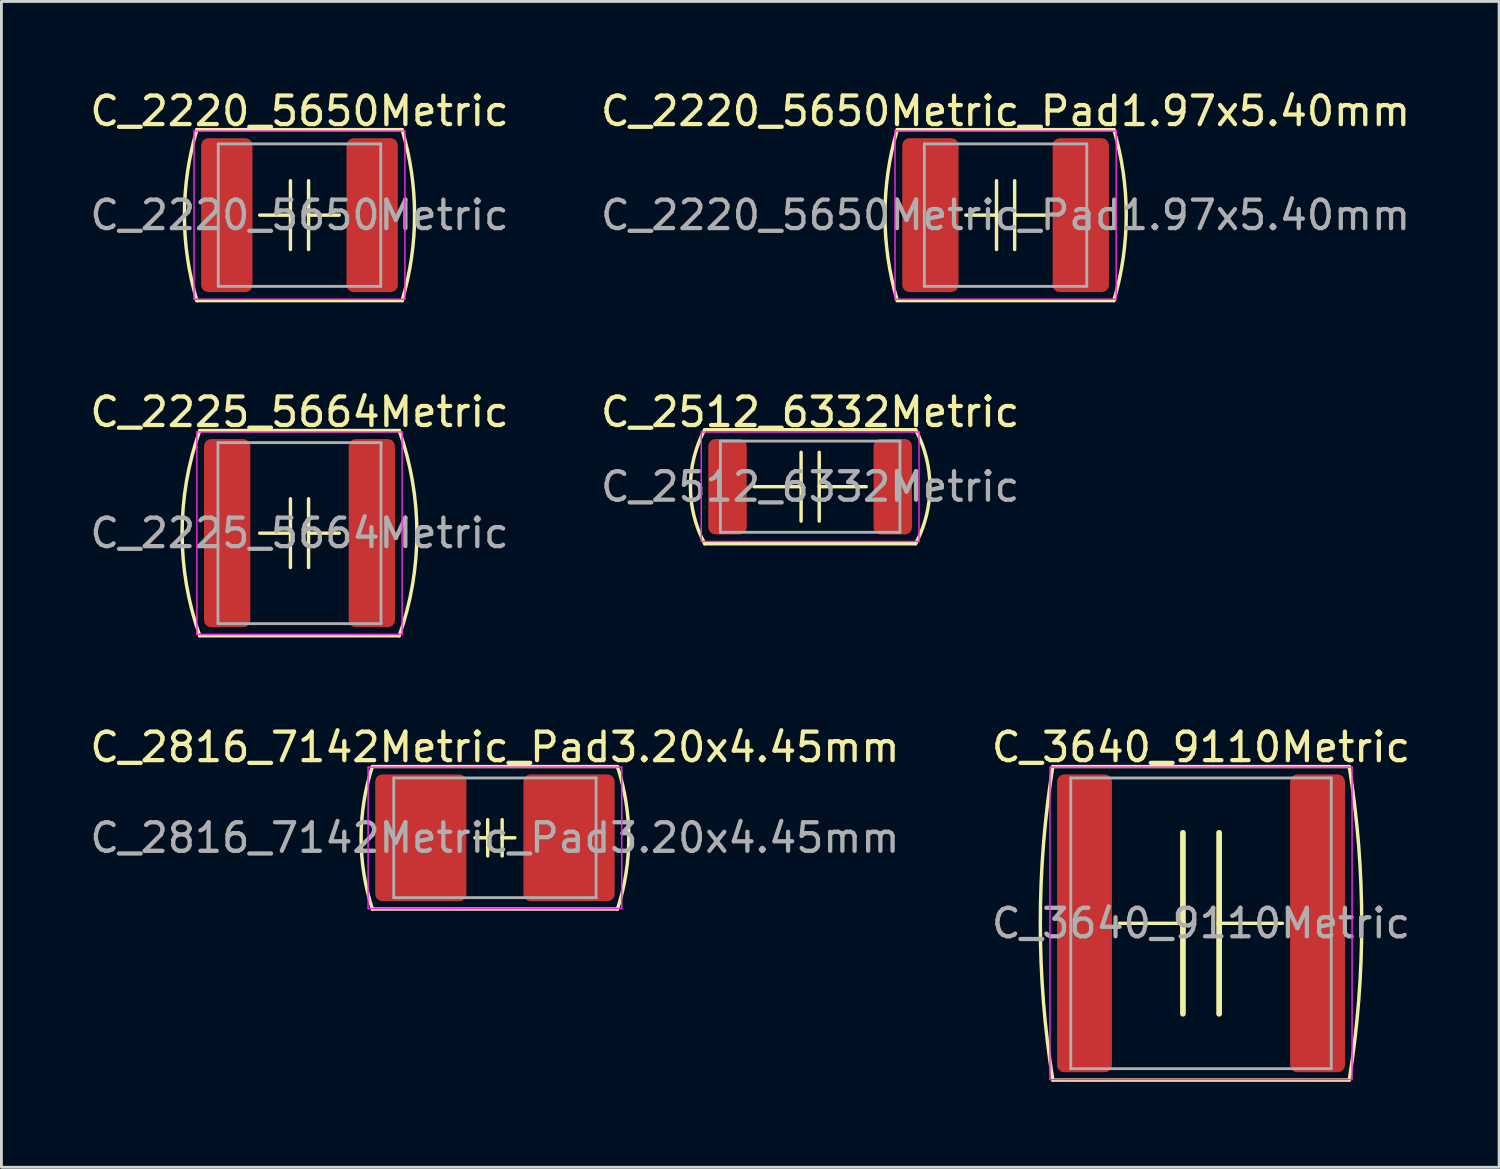
<source format=kicad_pcb>
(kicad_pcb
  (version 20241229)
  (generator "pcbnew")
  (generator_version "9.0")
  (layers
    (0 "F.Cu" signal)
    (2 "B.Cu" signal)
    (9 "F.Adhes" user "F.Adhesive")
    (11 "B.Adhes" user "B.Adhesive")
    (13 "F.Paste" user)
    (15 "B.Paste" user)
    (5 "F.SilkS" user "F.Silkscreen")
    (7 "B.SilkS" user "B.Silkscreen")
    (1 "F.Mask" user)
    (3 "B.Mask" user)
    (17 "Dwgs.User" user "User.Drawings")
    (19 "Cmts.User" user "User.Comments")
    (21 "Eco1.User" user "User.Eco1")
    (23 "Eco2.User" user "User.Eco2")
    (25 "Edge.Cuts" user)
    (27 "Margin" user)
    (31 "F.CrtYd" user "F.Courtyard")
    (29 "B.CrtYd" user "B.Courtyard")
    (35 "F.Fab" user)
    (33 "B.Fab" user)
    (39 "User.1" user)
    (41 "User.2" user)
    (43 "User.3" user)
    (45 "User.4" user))
  (footprint "C_3640_9110Metric"
    (layer "F.Cu")
    (at 39.089 29.345)
    (property "Reference" "C_3640_9110Metric" (at 0 -6.18 0) (layer "F.SilkS") (effects (font (size 1 1) (thickness 0.15))))
    (attr smd)
    (fp_line (start -5.2 5.5) (end 5.2 5.5) (stroke (width 0.12) (type solid)) (layer "F.SilkS"))
    (fp_line (start -0.635 -3.175) (end -0.635 0) (stroke (width 0.2) (type solid)) (layer "F.SilkS"))
    (fp_line (start -0.635 0) (end -2.857 0) (stroke (width 0.12) (type solid)) (layer "F.SilkS"))
    (fp_line (start -0.635 3.175) (end -0.635 0) (stroke (width 0.2) (type solid)) (layer "F.SilkS"))
    (fp_line (start 0.635 -3.175) (end 0.635 0) (stroke (width 0.2) (type solid)) (layer "F.SilkS"))
    (fp_line (start 0.635 0) (end 2.857 0) (stroke (width 0.12) (type solid)) (layer "F.SilkS"))
    (fp_line (start 0.635 3.175) (end 0.635 0) (stroke (width 0.2) (type solid)) (layer "F.SilkS"))
    (fp_line (start 5.2 -5.5) (end -5.2 -5.5) (stroke (width 0.12) (type solid)) (layer "F.SilkS"))
    (fp_arc (start -5.2 5.5) (mid -5.638376 0) (end -5.2 -5.5) (stroke (width 0.12) (type solid)) (layer "F.SilkS"))
    (fp_arc (start 5.2 -5.5) (mid 5.638376 0) (end 5.2 5.5) (stroke (width 0.12) (type solid)) (layer "F.SilkS"))
    (fp_line (start -5.3 -5.48) (end 5.3 -5.48) (stroke (width 0.05) (type solid)) (layer "F.CrtYd"))
    (fp_line (start -5.3 5.48) (end -5.3 -5.48) (stroke (width 0.05) (type solid)) (layer "F.CrtYd"))
    (fp_line (start 5.3 -5.48) (end 5.3 5.48) (stroke (width 0.05) (type solid)) (layer "F.CrtYd"))
    (fp_line (start 5.3 5.48) (end -5.3 5.48) (stroke (width 0.05) (type solid)) (layer "F.CrtYd"))
    (fp_line (start -4.57 -5.1) (end 4.57 -5.1) (stroke (width 0.1) (type solid)) (layer "F.Fab"))
    (fp_line (start -4.57 5.1) (end -4.57 -5.1) (stroke (width 0.1) (type solid)) (layer "F.Fab"))
    (fp_line (start 4.57 -5.1) (end 4.57 5.1) (stroke (width 0.1) (type solid)) (layer "F.Fab"))
    (fp_line (start 4.57 5.1) (end -4.57 5.1) (stroke (width 0.1) (type solid)) (layer "F.Fab"))
    (fp_text user "${REFERENCE}" (at 0 0 0) (layer "F.Fab") (effects (font (size 1 1) (thickness 0.15))))
    (pad "1" smd roundrect (at -4.088 0) (size 1.925 10.45) (layers "F.Cu" "F.Mask" "F.Paste") (roundrect_rratio 0.13))
    (pad "2" smd roundrect (at 4.088 0) (size 1.925 10.45) (layers "F.Cu" "F.Mask" "F.Paste") (roundrect_rratio 0.13)))
  (footprint "C_2512_6332Metric"
    (layer "F.Cu")
    (at 25.375 14.027)
    (property "Reference" "C_2512_6332Metric" (at 0 -2.62 0) (layer "F.SilkS") (effects (font (size 1 1) (thickness 0.15))))
    (attr smd)
    (fp_line (start -3.7 2) (end 3.7 2) (stroke (width 0.12) (type solid)) (layer "F.SilkS"))
    (fp_line (start -0.318 -1.206) (end -0.318 1.206) (stroke (width 0.12) (type solid)) (layer "F.SilkS"))
    (fp_line (start -0.318 0) (end -1.968 0) (stroke (width 0.12) (type solid)) (layer "F.SilkS"))
    (fp_line (start 0.318 -1.206) (end 0.318 1.206) (stroke (width 0.12) (type solid)) (layer "F.SilkS"))
    (fp_line (start 0.318 0) (end 1.968 0) (stroke (width 0.12) (type solid)) (layer "F.SilkS"))
    (fp_line (start 3.7 -2) (end -3.7 -2) (stroke (width 0.12) (type solid)) (layer "F.SilkS"))
    (fp_arc (start -3.7 2) (mid -4.200724 0) (end -3.7 -2) (stroke (width 0.12) (type solid)) (layer "F.SilkS"))
    (fp_arc (start 3.7 -2) (mid 4.200724 0) (end 3.7 2) (stroke (width 0.12) (type solid)) (layer "F.SilkS"))
    (fp_line (start -3.82 -1.92) (end 3.82 -1.92) (stroke (width 0.05) (type solid)) (layer "F.CrtYd"))
    (fp_line (start -3.82 1.92) (end -3.82 -1.92) (stroke (width 0.05) (type solid)) (layer "F.CrtYd"))
    (fp_line (start 3.82 -1.92) (end 3.82 1.92) (stroke (width 0.05) (type solid)) (layer "F.CrtYd"))
    (fp_line (start 3.82 1.92) (end -3.82 1.92) (stroke (width 0.05) (type solid)) (layer "F.CrtYd"))
    (fp_line (start -3.15 -1.6) (end 3.15 -1.6) (stroke (width 0.1) (type solid)) (layer "F.Fab"))
    (fp_line (start -3.15 1.6) (end -3.15 -1.6) (stroke (width 0.1) (type solid)) (layer "F.Fab"))
    (fp_line (start 3.15 -1.6) (end 3.15 1.6) (stroke (width 0.1) (type solid)) (layer "F.Fab"))
    (fp_line (start 3.15 1.6) (end -3.15 1.6) (stroke (width 0.1) (type solid)) (layer "F.Fab"))
    (fp_text user "${REFERENCE}" (at 0 0 0) (layer "F.Fab") (effects (font (size 1 1) (thickness 0.15))))
    (pad "1" smd roundrect (at -2.9 0) (size 1.35 3.35) (layers "F.Cu" "F.Mask" "F.Paste") (roundrect_rratio 0.185))
    (pad "2" smd roundrect (at 2.9 0) (size 1.35 3.35) (layers "F.Cu" "F.Mask" "F.Paste") (roundrect_rratio 0.185)))
  (footprint "C_2816_7142Metric_Pad3.20x4.45mm"
    (layer "F.Cu")
    (at 14.315 26.345)
    (property "Reference" "C_2816_7142Metric_Pad3.20x4.45mm" (at 0 -3.18 0) (layer "F.SilkS") (effects (font (size 1 1) (thickness 0.15))))
    (attr smd)
    (fp_line (start -4.3 2.5) (end 4.3 2.5) (stroke (width 0.12) (type solid)) (layer "F.SilkS"))
    (fp_line (start -0.699 0) (end -0.254 0) (stroke (width 0.12) (type solid)) (layer "F.SilkS"))
    (fp_line (start -0.254 -0.635) (end -0.254 0) (stroke (width 0.12) (type solid)) (layer "F.SilkS"))
    (fp_line (start -0.254 0) (end -0.254 0.635) (stroke (width 0.12) (type solid)) (layer "F.SilkS"))
    (fp_line (start 0.254 -0.635) (end 0.254 0) (stroke (width 0.12) (type solid)) (layer "F.SilkS"))
    (fp_line (start 0.254 0) (end 0.254 0.635) (stroke (width 0.12) (type solid)) (layer "F.SilkS"))
    (fp_line (start 0.254 0) (end 0.699 0) (stroke (width 0.12) (type solid)) (layer "F.SilkS"))
    (fp_line (start 4.3 -2.5) (end -4.3 -2.5) (stroke (width 0.12) (type solid)) (layer "F.SilkS"))
    (fp_arc (start -4.3 2.5) (mid -4.696116 0) (end -4.3 -2.5) (stroke (width 0.12) (type solid)) (layer "F.SilkS"))
    (fp_arc (start 4.3 -2.5) (mid 4.696116 0) (end 4.3 2.5) (stroke (width 0.12) (type solid)) (layer "F.SilkS"))
    (fp_line (start -4.45 -2.48) (end 4.45 -2.48) (stroke (width 0.05) (type solid)) (layer "F.CrtYd"))
    (fp_line (start -4.45 2.48) (end -4.45 -2.48) (stroke (width 0.05) (type solid)) (layer "F.CrtYd"))
    (fp_line (start 4.45 -2.48) (end 4.45 2.48) (stroke (width 0.05) (type solid)) (layer "F.CrtYd"))
    (fp_line (start 4.45 2.48) (end -4.45 2.48) (stroke (width 0.05) (type solid)) (layer "F.CrtYd"))
    (fp_line (start -3.55 -2.1) (end 3.55 -2.1) (stroke (width 0.1) (type solid)) (layer "F.Fab"))
    (fp_line (start -3.55 2.1) (end -3.55 -2.1) (stroke (width 0.1) (type solid)) (layer "F.Fab"))
    (fp_line (start 3.55 -2.1) (end 3.55 2.1) (stroke (width 0.1) (type solid)) (layer "F.Fab"))
    (fp_line (start 3.55 2.1) (end -3.55 2.1) (stroke (width 0.1) (type solid)) (layer "F.Fab"))
    (fp_text user "${REFERENCE}" (at 0 0 0) (layer "F.Fab") (effects (font (size 1 1) (thickness 0.15))))
    (pad "1" smd roundrect (at -2.6 0) (size 3.2 4.45) (layers "F.Cu" "F.Mask" "F.Paste") (roundrect_rratio 0.078))
    (pad "2" smd roundrect (at 2.6 0) (size 3.2 4.45) (layers "F.Cu" "F.Mask" "F.Paste") (roundrect_rratio 0.078)))
  (footprint "C_2220_5650Metric"
    (layer "F.Cu")
    (at 7.458 4.498)
    (property "Reference" "C_2220_5650Metric" (at 0 -3.65 0) (layer "F.SilkS") (effects (font (size 1 1) (thickness 0.15))))
    (attr smd)
    (fp_line (start -3.6 3) (end 3.6 3) (stroke (width 0.12) (type solid)) (layer "F.SilkS"))
    (fp_line (start -0.318 -1.206) (end -0.318 1.206) (stroke (width 0.12) (type solid)) (layer "F.SilkS"))
    (fp_line (start -0.318 0) (end -1.397 0) (stroke (width 0.12) (type solid)) (layer "F.SilkS"))
    (fp_line (start 0.318 -1.206) (end 0.318 1.206) (stroke (width 0.12) (type solid)) (layer "F.SilkS"))
    (fp_line (start 0.318 0) (end 1.397 0) (stroke (width 0.12) (type solid)) (layer "F.SilkS"))
    (fp_line (start 3.6 -3) (end -3.6 -3) (stroke (width 0.12) (type solid)) (layer "F.SilkS"))
    (fp_arc (start -3.6 3) (mid -4.037913 0) (end -3.6 -3) (stroke (width 0.12) (type solid)) (layer "F.SilkS"))
    (fp_arc (start 3.6 -3) (mid 4.037913 0) (end 3.6 3) (stroke (width 0.12) (type solid)) (layer "F.SilkS"))
    (fp_line (start -3.7 -2.95) (end 3.7 -2.95) (stroke (width 0.05) (type solid)) (layer "F.CrtYd"))
    (fp_line (start -3.7 2.95) (end -3.7 -2.95) (stroke (width 0.05) (type solid)) (layer "F.CrtYd"))
    (fp_line (start 3.7 -2.95) (end 3.7 2.95) (stroke (width 0.05) (type solid)) (layer "F.CrtYd"))
    (fp_line (start 3.7 2.95) (end -3.7 2.95) (stroke (width 0.05) (type solid)) (layer "F.CrtYd"))
    (fp_line (start -2.85 -2.5) (end 2.85 -2.5) (stroke (width 0.1) (type solid)) (layer "F.Fab"))
    (fp_line (start -2.85 2.5) (end -2.85 -2.5) (stroke (width 0.1) (type solid)) (layer "F.Fab"))
    (fp_line (start 2.85 -2.5) (end 2.85 2.5) (stroke (width 0.1) (type solid)) (layer "F.Fab"))
    (fp_line (start 2.85 2.5) (end -2.85 2.5) (stroke (width 0.1) (type solid)) (layer "F.Fab"))
    (fp_text user "${REFERENCE}" (at 0 0 0) (layer "F.Fab") (effects (font (size 1 1) (thickness 0.15))))
    (pad "1" smd roundrect (at -2.55 0) (size 1.8 5.4) (layers "F.Cu" "F.Mask" "F.Paste") (roundrect_rratio 0.139))
    (pad "2" smd roundrect (at 2.55 0) (size 1.8 5.4) (layers "F.Cu" "F.Mask" "F.Paste") (roundrect_rratio 0.139)))
  (footprint "C_2225_5664Metric"
    (layer "F.Cu")
    (at 7.458 15.656)
    (property "Reference" "C_2225_5664Metric" (at 0 -4.25 0) (layer "F.SilkS") (effects (font (size 1 1) (thickness 0.15))))
    (attr smd)
    (fp_line (start -3.5 3.6) (end 3.5 3.6) (stroke (width 0.12) (type solid)) (layer "F.SilkS"))
    (fp_line (start -0.318 -1.206) (end -0.318 1.206) (stroke (width 0.12) (type solid)) (layer "F.SilkS"))
    (fp_line (start -0.318 0) (end -1.397 0) (stroke (width 0.12) (type solid)) (layer "F.SilkS"))
    (fp_line (start 0.318 -1.206) (end 0.318 1.206) (stroke (width 0.12) (type solid)) (layer "F.SilkS"))
    (fp_line (start 0.318 0) (end 1.397 0) (stroke (width 0.12) (type solid)) (layer "F.SilkS"))
    (fp_line (start 3.5 -3.6) (end -3.5 -3.6) (stroke (width 0.12) (type solid)) (layer "F.SilkS"))
    (fp_arc (start -3.5 3.6) (mid -4.118936 0) (end -3.5 -3.6) (stroke (width 0.12) (type solid)) (layer "F.SilkS"))
    (fp_arc (start 3.5 -3.6) (mid 4.118936 0) (end 3.5 3.6) (stroke (width 0.12) (type solid)) (layer "F.SilkS"))
    (fp_line (start -3.6 -3.55) (end 3.6 -3.55) (stroke (width 0.05) (type solid)) (layer "F.CrtYd"))
    (fp_line (start -3.6 3.55) (end -3.6 -3.55) (stroke (width 0.05) (type solid)) (layer "F.CrtYd"))
    (fp_line (start 3.6 -3.55) (end 3.6 3.55) (stroke (width 0.05) (type solid)) (layer "F.CrtYd"))
    (fp_line (start 3.6 3.55) (end -3.6 3.55) (stroke (width 0.05) (type solid)) (layer "F.CrtYd"))
    (fp_line (start -2.86 -3.175) (end 2.86 -3.175) (stroke (width 0.1) (type solid)) (layer "F.Fab"))
    (fp_line (start -2.86 3.175) (end -2.86 -3.175) (stroke (width 0.1) (type solid)) (layer "F.Fab"))
    (fp_line (start 2.86 -3.175) (end 2.86 3.175) (stroke (width 0.1) (type solid)) (layer "F.Fab"))
    (fp_line (start 2.86 3.175) (end -2.86 3.175) (stroke (width 0.1) (type solid)) (layer "F.Fab"))
    (fp_text user "${REFERENCE}" (at 0 0 0) (layer "F.Fab") (effects (font (size 1 1) (thickness 0.15))))
    (pad "1" smd roundrect (at -2.538 0) (size 1.625 6.6) (layers "F.Cu" "F.Mask" "F.Paste") (roundrect_rratio 0.154))
    (pad "2" smd roundrect (at 2.538 0) (size 1.625 6.6) (layers "F.Cu" "F.Mask" "F.Paste") (roundrect_rratio 0.154)))
  (footprint "C_2220_5650Metric_Pad1.97x5.40mm"
    (layer "F.Cu")
    (at 32.232 4.498)
    (property "Reference" "C_2220_5650Metric_Pad1.97x5.40mm" (at 0 -3.65 0) (layer "F.SilkS") (effects (font (size 1 1) (thickness 0.15))))
    (attr smd)
    (fp_line (start -3.8 3) (end 3.8 3) (stroke (width 0.12) (type solid)) (layer "F.SilkS"))
    (fp_line (start -0.318 -1.206) (end -0.318 1.206) (stroke (width 0.12) (type solid)) (layer "F.SilkS"))
    (fp_line (start -0.318 0) (end -1.397 0) (stroke (width 0.12) (type solid)) (layer "F.SilkS"))
    (fp_line (start 0.318 -1.206) (end 0.318 1.206) (stroke (width 0.12) (type solid)) (layer "F.SilkS"))
    (fp_line (start 0.318 0) (end 1.397 0) (stroke (width 0.12) (type solid)) (layer "F.SilkS"))
    (fp_line (start 3.8 -3) (end -3.8 -3) (stroke (width 0.12) (type solid)) (layer "F.SilkS"))
    (fp_arc (start -3.8 3) (mid -4.232998 0) (end -3.8 -3) (stroke (width 0.12) (type solid)) (layer "F.SilkS"))
    (fp_arc (start 3.8 -3) (mid 4.232998 0) (end 3.8 3) (stroke (width 0.12) (type solid)) (layer "F.SilkS"))
    (fp_line (start -3.88 -2.95) (end 3.88 -2.95) (stroke (width 0.05) (type solid)) (layer "F.CrtYd"))
    (fp_line (start -3.88 2.95) (end -3.88 -2.95) (stroke (width 0.05) (type solid)) (layer "F.CrtYd"))
    (fp_line (start 3.88 -2.95) (end 3.88 2.95) (stroke (width 0.05) (type solid)) (layer "F.CrtYd"))
    (fp_line (start 3.88 2.95) (end -3.88 2.95) (stroke (width 0.05) (type solid)) (layer "F.CrtYd"))
    (fp_line (start -2.85 -2.5) (end 2.85 -2.5) (stroke (width 0.1) (type solid)) (layer "F.Fab"))
    (fp_line (start -2.85 2.5) (end -2.85 -2.5) (stroke (width 0.1) (type solid)) (layer "F.Fab"))
    (fp_line (start 2.85 -2.5) (end 2.85 2.5) (stroke (width 0.1) (type solid)) (layer "F.Fab"))
    (fp_line (start 2.85 2.5) (end -2.85 2.5) (stroke (width 0.1) (type solid)) (layer "F.Fab"))
    (fp_text user "${REFERENCE}" (at 0 0 0) (layer "F.Fab") (effects (font (size 1 1) (thickness 0.15))))
    (pad "1" smd roundrect (at -2.638 0) (size 1.975 5.4) (layers "F.Cu" "F.Mask" "F.Paste") (roundrect_rratio 0.127))
    (pad "2" smd roundrect (at 2.638 0) (size 1.975 5.4) (layers "F.Cu" "F.Mask" "F.Paste") (roundrect_rratio 0.127)))
  (gr_rect
    (start -3 -3)
    (end 49.548 37.905)
    (stroke (width 0.1) (type default))
    (fill no)
    (layer "Edge.Cuts")))
</source>
